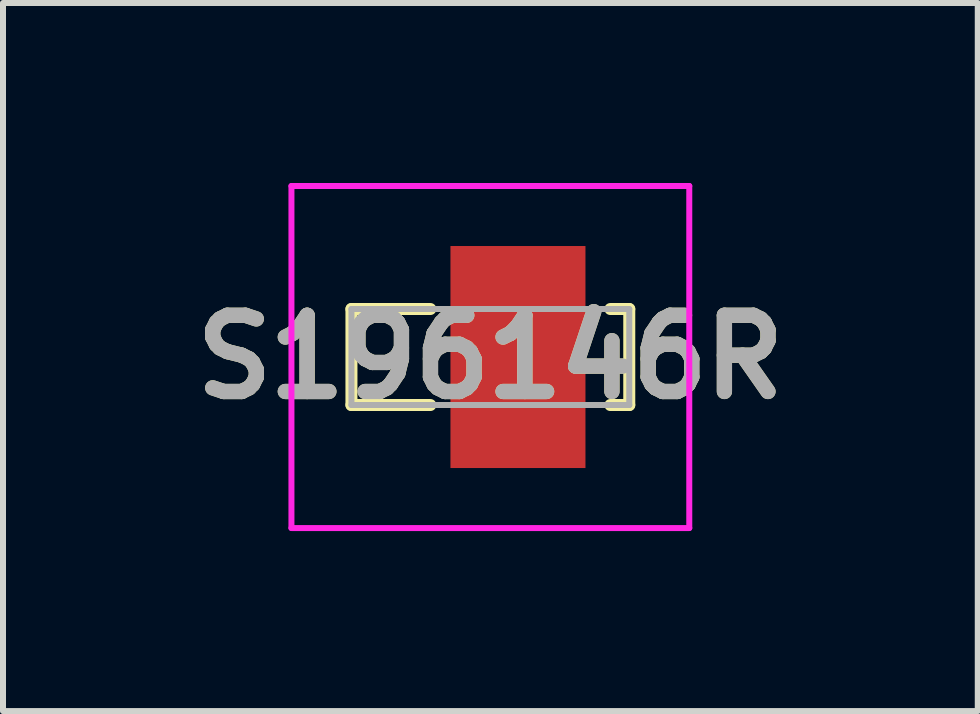
<source format=kicad_pcb>
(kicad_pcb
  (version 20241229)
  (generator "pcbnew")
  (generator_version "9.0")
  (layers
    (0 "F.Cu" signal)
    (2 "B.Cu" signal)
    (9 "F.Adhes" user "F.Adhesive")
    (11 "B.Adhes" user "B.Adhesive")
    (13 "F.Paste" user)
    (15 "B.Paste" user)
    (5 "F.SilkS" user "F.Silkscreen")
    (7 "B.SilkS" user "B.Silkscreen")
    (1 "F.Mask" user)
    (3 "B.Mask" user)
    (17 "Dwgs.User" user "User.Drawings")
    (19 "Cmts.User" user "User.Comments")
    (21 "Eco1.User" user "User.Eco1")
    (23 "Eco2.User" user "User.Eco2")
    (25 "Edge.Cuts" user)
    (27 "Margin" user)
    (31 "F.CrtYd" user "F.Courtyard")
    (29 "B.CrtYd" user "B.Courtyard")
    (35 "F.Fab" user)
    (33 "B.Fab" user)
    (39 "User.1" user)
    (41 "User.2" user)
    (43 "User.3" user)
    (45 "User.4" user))
  (footprint "S196146R"
    (layer "F.Cu")
    (at 5.122 2.9)
    (property "Reference" "S196146R" (at 0 0 0) (layer "F.SilkS") (effects (font (size 1.27 1.27) (thickness 0.254))))
    (attr smd)
    (fp_line (start -2.315 -0.8) (end -2.315 0.8) (stroke (width 0.2) (type solid)) (layer "F.SilkS"))
    (fp_line (start -2.315 0.8) (end -1 0.8) (stroke (width 0.2) (type solid)) (layer "F.SilkS"))
    (fp_line (start -1 -0.8) (end -2.315 -0.8) (stroke (width 0.2) (type solid)) (layer "F.SilkS"))
    (fp_line (start 2 -0.8) (end 2.315 -0.8) (stroke (width 0.2) (type solid)) (layer "F.SilkS"))
    (fp_line (start 2.315 -0.8) (end 2.315 0.8) (stroke (width 0.2) (type solid)) (layer "F.SilkS"))
    (fp_line (start 2.315 0.8) (end 2 0.8) (stroke (width 0.2) (type solid)) (layer "F.SilkS"))
    (fp_line (start -3.315 -2.85) (end 3.315 -2.85) (stroke (width 0.1) (type solid)) (layer "F.CrtYd"))
    (fp_line (start -3.315 2.85) (end -3.315 -2.85) (stroke (width 0.1) (type solid)) (layer "F.CrtYd"))
    (fp_line (start 3.315 -2.85) (end 3.315 2.85) (stroke (width 0.1) (type solid)) (layer "F.CrtYd"))
    (fp_line (start 3.315 2.85) (end -3.315 2.85) (stroke (width 0.1) (type solid)) (layer "F.CrtYd"))
    (fp_line (start -2.315 -0.8) (end 2.315 -0.8) (stroke (width 0.1) (type solid)) (layer "F.Fab"))
    (fp_line (start -2.315 0.8) (end -2.315 -0.8) (stroke (width 0.1) (type solid)) (layer "F.Fab"))
    (fp_line (start 2.315 -0.8) (end 2.315 0.8) (stroke (width 0.1) (type solid)) (layer "F.Fab"))
    (fp_line (start 2.315 0.8) (end -2.315 0.8) (stroke (width 0.1) (type solid)) (layer "F.Fab"))
    (fp_text user "${REFERENCE}" (at 0 0 0) (layer "F.Fab") (effects (font (size 1.27 1.27) (thickness 0.254))))
    (pad "1" smd rect (at 0.46 0) (size 2.25 3.7) (layers "F.Cu" "F.Mask" "F.Paste")))
  (gr_rect
    (start -3 -3)
    (end 13.245 8.8)
    (stroke (width 0.1) (type default))
    (fill no)
    (layer "Edge.Cuts")))
</source>
